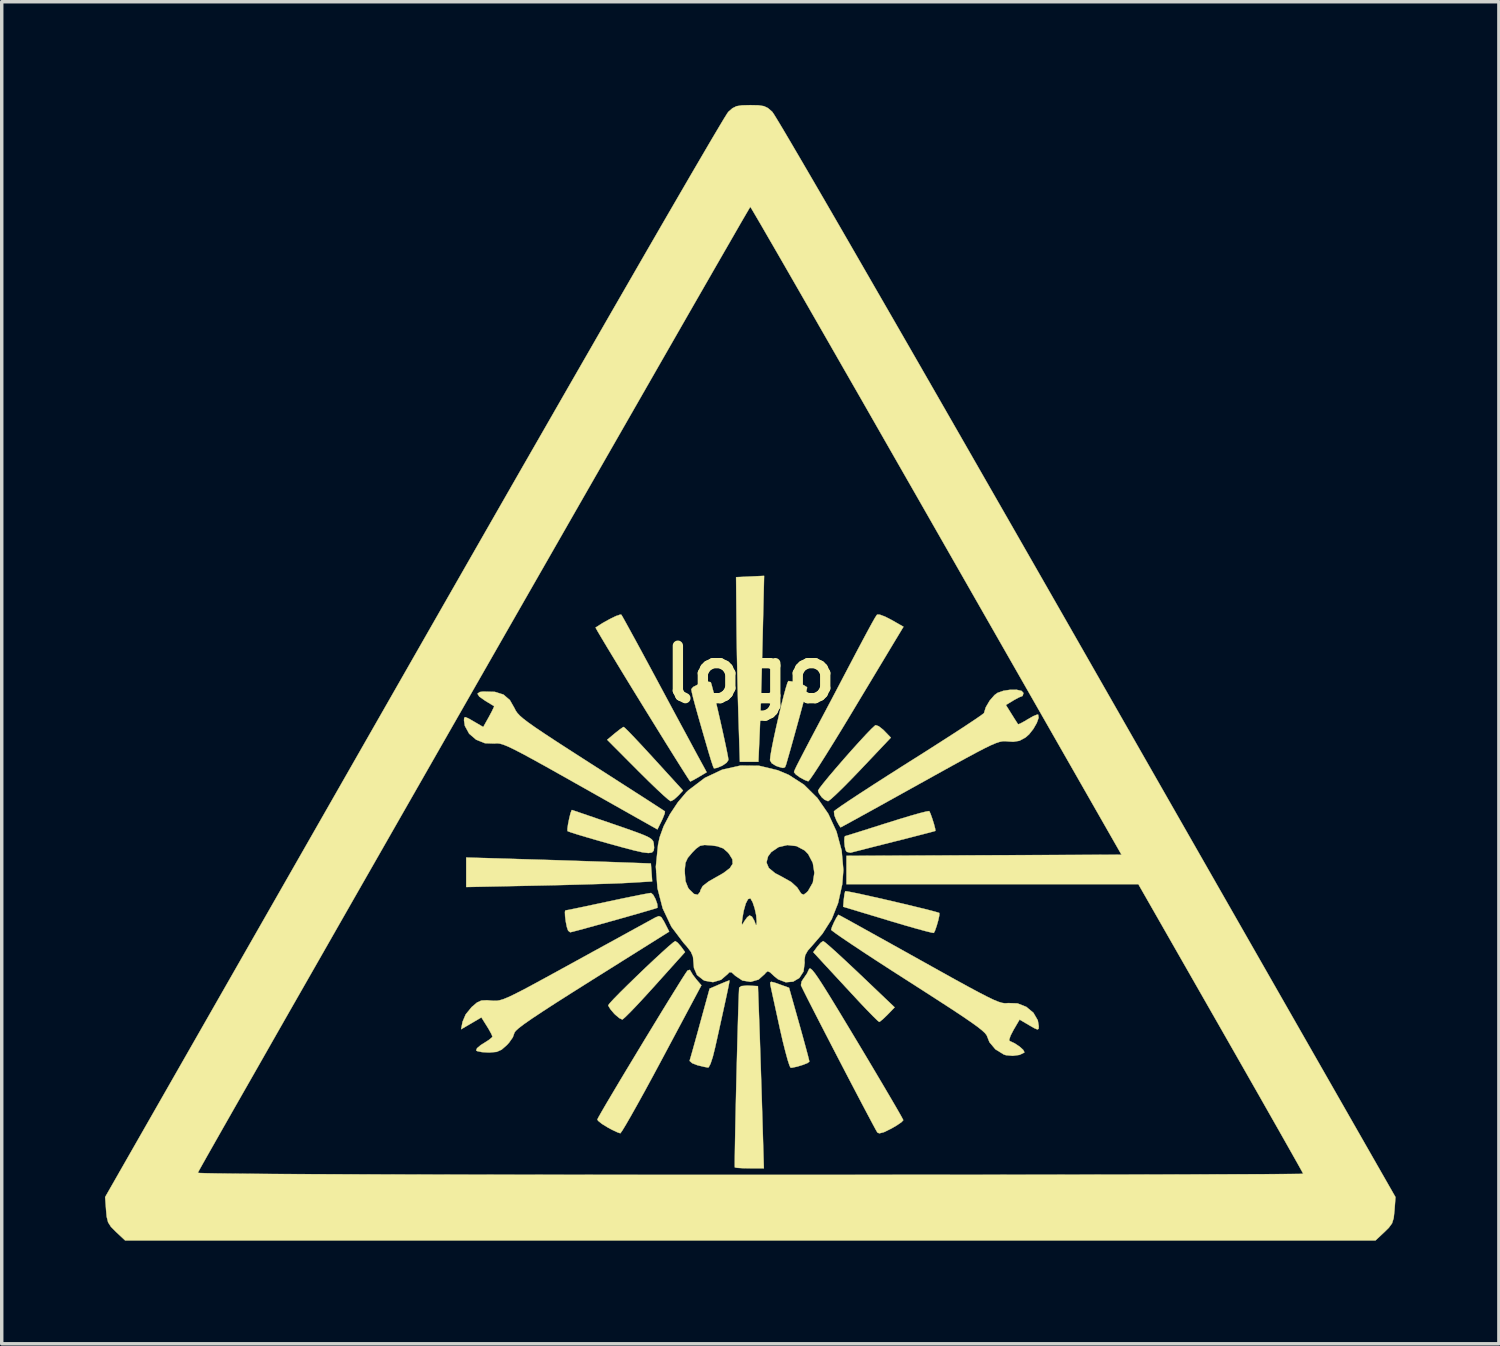
<source format=kicad_pcb>
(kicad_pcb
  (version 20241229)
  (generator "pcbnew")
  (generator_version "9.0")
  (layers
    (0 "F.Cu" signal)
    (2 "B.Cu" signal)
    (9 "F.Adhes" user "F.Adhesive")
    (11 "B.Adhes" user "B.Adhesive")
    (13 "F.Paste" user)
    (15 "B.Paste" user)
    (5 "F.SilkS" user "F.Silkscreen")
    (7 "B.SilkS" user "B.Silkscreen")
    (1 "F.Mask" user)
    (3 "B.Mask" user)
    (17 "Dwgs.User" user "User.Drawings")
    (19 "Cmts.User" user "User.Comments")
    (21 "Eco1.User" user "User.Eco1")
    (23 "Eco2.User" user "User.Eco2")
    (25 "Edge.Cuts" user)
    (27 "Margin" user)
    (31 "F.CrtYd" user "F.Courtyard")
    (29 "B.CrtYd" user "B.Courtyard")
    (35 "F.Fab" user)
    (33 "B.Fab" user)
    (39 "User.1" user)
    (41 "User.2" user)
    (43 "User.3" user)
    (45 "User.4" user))
  (footprint "logo"
    (layer "F.Cu")
    (at 18.752 16.547)
    (property "Reference" "logo" (at 0 0 0) (layer "F.SilkS") (effects (font (size 1.524 1.524) (thickness 0.3))))
    (attr through_hole)
    (fp_poly (pts (xy 0.358 -1.067) (xy 0.345 -0.543) (xy 0.33 -0.007) (xy 0.315 0.512) (xy 0.299 0.985) (xy 0.285 1.383) (xy 0.275 1.635) (xy 0.235 2.54) (xy -0.303 2.54) (xy -0.346 1.191) (xy -0.361 0.667) (xy -0.375 0.072) (xy -0.388 -0.542) (xy -0.397 -1.121) (xy -0.401 -1.492) (xy -0.413 -2.826) (xy -0.006 -2.845) (xy 0.401 -2.864) (xy 0.358 -1.067)) (stroke (width 0.01) (type solid)) (fill yes) (layer "F.SilkS"))
    (fp_poly (pts (xy -6.683 5.367) (xy -6.165 5.382) (xy -5.61 5.399) (xy -5.059 5.417) (xy -4.547 5.434) (xy -4.113 5.449) (xy -4 5.453) (xy -2.889 5.493) (xy -2.87 5.754) (xy -2.851 6.015) (xy -3.505 6.054) (xy -3.735 6.066) (xy -4.069 6.079) (xy -4.486 6.092) (xy -4.965 6.106) (xy -5.481 6.12) (xy -6.015 6.132) (xy -6.207 6.136) (xy -8.255 6.178) (xy -8.255 5.32) (xy -6.683 5.367)) (stroke (width 0.01) (type solid)) (fill yes) (layer "F.SilkS"))
    (fp_poly (pts (xy -3.627 1.57) (xy -3.503 1.694) (xy -3.322 1.884) (xy -3.096 2.126) (xy -2.839 2.405) (xy -2.799 2.449) (xy -1.955 3.374) (xy -2.1 3.529) (xy -2.218 3.635) (xy -2.31 3.683) (xy -2.314 3.683) (xy -2.378 3.64) (xy -2.516 3.52) (xy -2.714 3.336) (xy -2.956 3.103) (xy -3.228 2.834) (xy -3.271 2.791) (xy -4.159 1.899) (xy -3.937 1.713) (xy -3.797 1.602) (xy -3.699 1.534) (xy -3.679 1.526) (xy -3.627 1.57)) (stroke (width 0.01) (type solid)) (fill yes) (layer "F.SilkS"))
    (fp_poly (pts (xy 0.706 8.955) (xy 0.842 9.003) (xy 1.126 9.105) (xy 1.422 10.156) (xy 1.519 10.503) (xy 1.602 10.807) (xy 1.667 11.048) (xy 1.706 11.203) (xy 1.716 11.252) (xy 1.661 11.293) (xy 1.529 11.345) (xy 1.366 11.395) (xy 1.221 11.426) (xy 1.174 11.43) (xy 1.141 11.371) (xy 1.087 11.207) (xy 1.019 10.958) (xy 0.94 10.644) (xy 0.862 10.303) (xy 0.781 9.932) (xy 0.708 9.598) (xy 0.647 9.321) (xy 0.605 9.126) (xy 0.587 9.038) (xy 0.576 8.958) (xy 0.606 8.931) (xy 0.706 8.955)) (stroke (width 0.01) (type solid)) (fill yes) (layer "F.SilkS"))
    (fp_poly (pts (xy 2.177 7.79) (xy 2.314 7.907) (xy 2.515 8.087) (xy 2.765 8.318) (xy 3.051 8.586) (xy 3.183 8.711) (xy 4.194 9.674) (xy 3.99 9.885) (xy 3.86 10.011) (xy 3.767 10.087) (xy 3.745 10.097) (xy 3.69 10.052) (xy 3.565 9.93) (xy 3.386 9.747) (xy 3.169 9.518) (xy 3.043 9.382) (xy 2.786 9.105) (xy 2.534 8.833) (xy 2.313 8.594) (xy 2.145 8.413) (xy 2.106 8.37) (xy 1.83 8.071) (xy 1.947 7.911) (xy 2.045 7.798) (xy 2.117 7.749) (xy 2.117 7.749) (xy 2.177 7.79)) (stroke (width 0.01) (type solid)) (fill yes) (layer "F.SilkS"))
    (fp_poly (pts (xy 3.731 1.505) (xy 3.858 1.604) (xy 3.901 1.647) (xy 4.084 1.837) (xy 3.21 2.76) (xy 2.939 3.042) (xy 2.695 3.289) (xy 2.491 3.487) (xy 2.342 3.623) (xy 2.263 3.682) (xy 2.257 3.683) (xy 2.157 3.64) (xy 2.074 3.567) (xy 1.992 3.45) (xy 1.968 3.379) (xy 2.009 3.309) (xy 2.12 3.165) (xy 2.285 2.963) (xy 2.489 2.723) (xy 2.715 2.462) (xy 2.947 2.199) (xy 3.17 1.952) (xy 3.367 1.739) (xy 3.523 1.578) (xy 3.622 1.487) (xy 3.643 1.474) (xy 3.731 1.505)) (stroke (width 0.01) (type solid)) (fill yes) (layer "F.SilkS"))
    (fp_poly (pts (xy -2.109 7.797) (xy -2.012 7.909) (xy -2.012 7.909) (xy -1.896 8.068) (xy -2.774 9.045) (xy -3.041 9.339) (xy -3.281 9.598) (xy -3.482 9.808) (xy -3.63 9.954) (xy -3.71 10.024) (xy -3.719 10.028) (xy -3.803 9.989) (xy -3.926 9.886) (xy -3.957 9.855) (xy -4.067 9.725) (xy -4.125 9.628) (xy -4.128 9.614) (xy -4.083 9.553) (xy -3.963 9.423) (xy -3.782 9.238) (xy -3.557 9.016) (xy -3.306 8.772) (xy -3.046 8.522) (xy -2.792 8.283) (xy -2.561 8.07) (xy -2.371 7.899) (xy -2.238 7.787) (xy -2.18 7.749) (xy -2.109 7.797)) (stroke (width 0.01) (type solid)) (fill yes) (layer "F.SilkS"))
    (fp_poly (pts (xy -0.607 8.913) (xy -0.619 8.99) (xy -0.647 9.131) (xy -0.693 9.348) (xy -0.759 9.651) (xy -0.847 10.051) (xy -0.959 10.558) (xy -1.023 10.843) (xy -1.09 11.113) (xy -1.155 11.311) (xy -1.209 11.414) (xy -1.228 11.423) (xy -1.334 11.404) (xy -1.502 11.364) (xy -1.544 11.353) (xy -1.69 11.296) (xy -1.76 11.234) (xy -1.761 11.216) (xy -1.736 11.133) (xy -1.684 10.95) (xy -1.611 10.689) (xy -1.523 10.371) (xy -1.459 10.137) (xy -1.182 9.129) (xy -0.903 9.009) (xy -0.737 8.94) (xy -0.628 8.897) (xy -0.607 8.89) (xy -0.607 8.913)) (stroke (width 0.01) (type solid)) (fill yes) (layer "F.SilkS"))
    (fp_poly (pts (xy 2.826 6.306) (xy 2.993 6.338) (xy 3.239 6.39) (xy 3.544 6.458) (xy 3.886 6.535) (xy 4.242 6.618) (xy 4.591 6.7) (xy 4.912 6.778) (xy 5.182 6.845) (xy 5.38 6.897) (xy 5.484 6.928) (xy 5.494 6.934) (xy 5.492 7.003) (xy 5.462 7.143) (xy 5.415 7.307) (xy 5.367 7.446) (xy 5.333 7.511) (xy 5.266 7.501) (xy 5.095 7.459) (xy 4.84 7.39) (xy 4.517 7.298) (xy 4.146 7.188) (xy 4 7.144) (xy 2.699 6.751) (xy 2.717 6.538) (xy 2.736 6.386) (xy 2.758 6.302) (xy 2.761 6.299) (xy 2.826 6.306)) (stroke (width 0.01) (type solid)) (fill yes) (layer "F.SilkS"))
    (fp_poly (pts (xy -1.149 0.226) (xy -1.126 0.296) (xy -1.081 0.466) (xy -1.021 0.71) (xy -0.951 1.006) (xy -0.877 1.329) (xy -0.804 1.654) (xy -0.738 1.957) (xy -0.684 2.213) (xy -0.648 2.398) (xy -0.636 2.486) (xy -0.688 2.565) (xy -0.813 2.651) (xy -0.962 2.714) (xy -1.055 2.731) (xy -1.081 2.675) (xy -1.131 2.527) (xy -1.194 2.32) (xy -1.2 2.302) (xy -1.363 1.741) (xy -1.492 1.292) (xy -1.589 0.947) (xy -1.657 0.696) (xy -1.697 0.529) (xy -1.714 0.438) (xy -1.714 0.427) (xy -1.66 0.364) (xy -1.528 0.296) (xy -1.366 0.24) (xy -1.223 0.212) (xy -1.149 0.226)) (stroke (width 0.01) (type solid)) (fill yes) (layer "F.SilkS"))
    (fp_poly (pts (xy 1.246 0.211) (xy 1.412 0.258) (xy 1.561 0.316) (xy 1.645 0.37) (xy 1.651 0.383) (xy 1.635 0.457) (xy 1.59 0.63) (xy 1.524 0.88) (xy 1.442 1.183) (xy 1.35 1.518) (xy 1.255 1.862) (xy 1.163 2.191) (xy 1.079 2.483) (xy 1.04 2.619) (xy 1.008 2.698) (xy 0.949 2.718) (xy 0.827 2.686) (xy 0.746 2.657) (xy 0.621 2.58) (xy 0.572 2.493) (xy 0.585 2.365) (xy 0.622 2.152) (xy 0.677 1.877) (xy 0.745 1.564) (xy 0.82 1.235) (xy 0.896 0.915) (xy 0.968 0.627) (xy 1.032 0.395) (xy 1.08 0.242) (xy 1.107 0.191) (xy 1.246 0.211)) (stroke (width 0.01) (type solid)) (fill yes) (layer "F.SilkS"))
    (fp_poly (pts (xy -0.048 9.043) (xy 0.222 9.057) (xy 0.261 10.132) (xy 0.275 10.523) (xy 0.291 11.004) (xy 0.308 11.538) (xy 0.326 12.088) (xy 0.342 12.618) (xy 0.347 12.779) (xy 0.394 14.351) (xy -0.015 14.351) (xy -0.229 14.347) (xy -0.386 14.337) (xy -0.45 14.325) (xy -0.452 14.26) (xy -0.451 14.084) (xy -0.447 13.814) (xy -0.441 13.466) (xy -0.433 13.056) (xy -0.423 12.6) (xy -0.412 12.114) (xy -0.4 11.615) (xy -0.387 11.119) (xy -0.375 10.642) (xy -0.362 10.2) (xy -0.351 9.809) (xy -0.34 9.487) (xy -0.331 9.248) (xy -0.324 9.11) (xy -0.323 9.102) (xy -0.26 9.056) (xy -0.095 9.041) (xy -0.048 9.043)) (stroke (width 0.01) (type solid)) (fill yes) (layer "F.SilkS"))
    (fp_poly (pts (xy -5.123 3.959) (xy -4.962 4.014) (xy -4.717 4.098) (xy -4.408 4.204) (xy -4.051 4.326) (xy -4 4.344) (xy -3.596 4.483) (xy -3.296 4.59) (xy -3.084 4.672) (xy -2.945 4.737) (xy -2.864 4.793) (xy -2.823 4.846) (xy -2.807 4.904) (xy -2.806 4.911) (xy -2.795 5.035) (xy -2.808 5.122) (xy -2.857 5.174) (xy -2.959 5.19) (xy -3.128 5.17) (xy -3.377 5.114) (xy -3.722 5.023) (xy -4.081 4.924) (xy -4.451 4.819) (xy -4.778 4.724) (xy -5.044 4.644) (xy -5.227 4.585) (xy -5.31 4.553) (xy -5.312 4.552) (xy -5.314 4.484) (xy -5.294 4.344) (xy -5.26 4.177) (xy -5.223 4.029) (xy -5.191 3.945) (xy -5.183 3.939) (xy -5.123 3.959)) (stroke (width 0.01) (type solid)) (fill yes) (layer "F.SilkS"))
    (fp_poly (pts (xy -2.823 6.403) (xy -2.755 6.526) (xy -2.705 6.666) (xy -2.695 6.769) (xy -2.701 6.782) (xy -2.763 6.803) (xy -2.925 6.851) (xy -3.165 6.921) (xy -3.461 7.006) (xy -3.79 7.099) (xy -4.132 7.195) (xy -4.462 7.287) (xy -4.76 7.369) (xy -5.003 7.435) (xy -5.168 7.478) (xy -5.234 7.493) (xy -5.29 7.449) (xy -5.296 7.439) (xy -5.33 7.341) (xy -5.361 7.188) (xy -5.382 7.026) (xy -5.387 6.901) (xy -5.373 6.858) (xy -5.301 6.845) (xy -5.125 6.81) (xy -4.864 6.756) (xy -4.54 6.687) (xy -4.17 6.608) (xy -4.151 6.604) (xy -3.777 6.524) (xy -3.442 6.455) (xy -3.168 6.4) (xy -2.975 6.364) (xy -2.885 6.35) (xy -2.884 6.35) (xy -2.823 6.403)) (stroke (width 0.01) (type solid)) (fill yes) (layer "F.SilkS"))
    (fp_poly (pts (xy 5.2 3.973) (xy 5.236 4.046) (xy 5.286 4.186) (xy 5.337 4.348) (xy 5.372 4.484) (xy 5.379 4.547) (xy 5.316 4.565) (xy 5.149 4.609) (xy 4.898 4.674) (xy 4.581 4.756) (xy 4.217 4.848) (xy 4.191 4.854) (xy 3.817 4.949) (xy 3.481 5.034) (xy 3.205 5.105) (xy 3.008 5.155) (xy 2.914 5.18) (xy 2.913 5.181) (xy 2.805 5.157) (xy 2.77 5.108) (xy 2.743 4.991) (xy 2.731 4.848) (xy 2.736 4.734) (xy 2.753 4.699) (xy 2.818 4.681) (xy 2.985 4.629) (xy 3.235 4.551) (xy 3.55 4.451) (xy 3.912 4.336) (xy 3.97 4.318) (xy 4.338 4.203) (xy 4.663 4.105) (xy 4.927 4.03) (xy 5.112 3.984) (xy 5.197 3.971) (xy 5.2 3.973)) (stroke (width 0.01) (type solid)) (fill yes) (layer "F.SilkS"))
    (fp_poly (pts (xy -1.732 8.624) (xy -1.671 8.728) (xy -1.566 8.865) (xy -1.561 8.871) (xy -1.421 9.033) (xy -2.568 11.184) (xy -2.825 11.663) (xy -3.065 12.105) (xy -3.282 12.497) (xy -3.468 12.828) (xy -3.617 13.086) (xy -3.721 13.257) (xy -3.774 13.331) (xy -3.778 13.333) (xy -3.866 13.303) (xy -4.022 13.229) (xy -4.143 13.164) (xy -4.311 13.06) (xy -4.42 12.973) (xy -4.445 12.934) (xy -4.413 12.87) (xy -4.323 12.711) (xy -4.185 12.473) (xy -4.005 12.17) (xy -3.794 11.815) (xy -3.559 11.424) (xy -3.309 11.01) (xy -3.054 10.588) (xy -2.801 10.173) (xy -2.56 9.777) (xy -2.338 9.416) (xy -2.145 9.105) (xy -1.99 8.856) (xy -1.88 8.685) (xy -1.825 8.606) (xy -1.823 8.604) (xy -1.757 8.584) (xy -1.732 8.624)) (stroke (width 0.01) (type solid)) (fill yes) (layer "F.SilkS"))
    (fp_poly (pts (xy -3.748 -1.735) (xy -3.708 -1.668) (xy -3.616 -1.503) (xy -3.479 -1.253) (xy -3.304 -0.933) (xy -3.099 -0.555) (xy -2.872 -0.134) (xy -2.732 0.127) (xy -2.483 0.591) (xy -2.242 1.04) (xy -2.018 1.456) (xy -1.82 1.822) (xy -1.66 2.12) (xy -1.546 2.331) (xy -1.514 2.39) (xy -1.267 2.843) (xy -1.494 2.977) (xy -1.64 3.061) (xy -1.733 3.108) (xy -1.745 3.111) (xy -1.782 3.059) (xy -1.878 2.91) (xy -2.027 2.675) (xy -2.221 2.366) (xy -2.453 1.994) (xy -2.716 1.569) (xy -3.003 1.105) (xy -3.141 0.881) (xy -3.436 0.402) (xy -3.708 -0.043) (xy -3.95 -0.442) (xy -4.157 -0.783) (xy -4.32 -1.056) (xy -4.434 -1.248) (xy -4.49 -1.349) (xy -4.496 -1.362) (xy -4.289 -1.494) (xy -4.081 -1.61) (xy -3.902 -1.697) (xy -3.781 -1.738) (xy -3.748 -1.735)) (stroke (width 0.01) (type solid)) (fill yes) (layer "F.SilkS"))
    (fp_poly (pts (xy 1.753 8.55) (xy 1.803 8.594) (xy 1.878 8.687) (xy 1.983 8.838) (xy 2.124 9.056) (xy 2.307 9.349) (xy 2.538 9.727) (xy 2.823 10.199) (xy 3.101 10.661) (xy 3.391 11.145) (xy 3.659 11.596) (xy 3.899 12.001) (xy 4.104 12.35) (xy 4.267 12.63) (xy 4.381 12.83) (xy 4.439 12.938) (xy 4.445 12.954) (xy 4.393 13.01) (xy 4.259 13.102) (xy 4.098 13.196) (xy 3.881 13.302) (xy 3.75 13.335) (xy 3.694 13.312) (xy 3.65 13.237) (xy 3.557 13.065) (xy 3.422 12.811) (xy 3.253 12.492) (xy 3.059 12.122) (xy 2.847 11.717) (xy 2.626 11.292) (xy 2.403 10.862) (xy 2.187 10.444) (xy 1.985 10.052) (xy 1.806 9.702) (xy 1.657 9.41) (xy 1.547 9.19) (xy 1.483 9.058) (xy 1.471 9.028) (xy 1.492 8.918) (xy 1.547 8.836) (xy 1.648 8.689) (xy 1.701 8.576) (xy 1.72 8.547) (xy 1.753 8.55)) (stroke (width 0.01) (type solid)) (fill yes) (layer "F.SilkS"))
    (fp_poly (pts (xy 3.762 -1.737) (xy 3.913 -1.681) (xy 4.093 -1.589) (xy 4.451 -1.385) (xy 4.305 -1.143) (xy 4.239 -1.034) (xy 4.116 -0.83) (xy 3.945 -0.545) (xy 3.733 -0.193) (xy 3.49 0.212) (xy 3.223 0.655) (xy 2.953 1.105) (xy 2.678 1.56) (xy 2.421 1.979) (xy 2.19 2.35) (xy 1.994 2.66) (xy 1.839 2.897) (xy 1.733 3.05) (xy 1.684 3.106) (xy 1.683 3.106) (xy 1.588 3.071) (xy 1.447 2.996) (xy 1.445 2.995) (xy 1.324 2.908) (xy 1.27 2.842) (xy 1.27 2.839) (xy 1.278 2.809) (xy 1.304 2.747) (xy 1.356 2.639) (xy 1.439 2.477) (xy 1.558 2.247) (xy 1.719 1.939) (xy 1.929 1.542) (xy 2.191 1.048) (xy 2.335 0.776) (xy 2.512 0.44) (xy 2.697 0.087) (xy 2.826 -0.159) (xy 3.078 -0.638) (xy 3.278 -1.015) (xy 3.431 -1.3) (xy 3.543 -1.505) (xy 3.62 -1.641) (xy 3.669 -1.717) (xy 3.685 -1.738) (xy 3.762 -1.737)) (stroke (width 0.01) (type solid)) (fill yes) (layer "F.SilkS"))
    (fp_poly (pts (xy -7.423 0.507) (xy -7.172 0.586) (xy -6.986 0.747) (xy -6.854 0.978) (xy -6.819 1.049) (xy -6.77 1.12) (xy -6.698 1.198) (xy -6.592 1.29) (xy -6.442 1.404) (xy -6.238 1.548) (xy -5.969 1.729) (xy -5.625 1.955) (xy -5.195 2.233) (xy -4.669 2.571) (xy -4.622 2.601) (xy -4.157 2.899) (xy -3.726 3.176) (xy -3.341 3.423) (xy -3.012 3.634) (xy -2.753 3.802) (xy -2.574 3.918) (xy -2.487 3.975) (xy -2.48 3.979) (xy -2.489 4.045) (xy -2.543 4.183) (xy -2.576 4.254) (xy -2.699 4.504) (xy -4.945 3.237) (xy -5.506 2.921) (xy -5.968 2.662) (xy -6.341 2.456) (xy -6.638 2.296) (xy -6.868 2.177) (xy -7.044 2.093) (xy -7.176 2.04) (xy -7.275 2.011) (xy -7.352 2.002) (xy -7.418 2.006) (xy -7.429 2.008) (xy -7.71 1.999) (xy -7.966 1.897) (xy -8.17 1.722) (xy -8.294 1.495) (xy -8.319 1.334) (xy -8.313 1.259) (xy -8.277 1.241) (xy -8.183 1.282) (xy -8.039 1.365) (xy -7.76 1.528) (xy -7.594 1.231) (xy -7.505 1.064) (xy -7.452 0.951) (xy -7.444 0.922) (xy -7.504 0.886) (xy -7.634 0.807) (xy -7.699 0.768) (xy -7.874 0.646) (xy -7.928 0.56) (xy -7.861 0.511) (xy -7.763 0.498) (xy -7.423 0.507)) (stroke (width 0.01) (type solid)) (fill yes) (layer "F.SilkS"))
    (fp_poly (pts (xy -2.586 7.053) (xy -2.51 7.174) (xy -2.482 7.228) (xy -2.357 7.473) (xy -4.608 8.885) (xy -5.187 9.25) (xy -5.665 9.554) (xy -6.05 9.804) (xy -6.351 10.004) (xy -6.573 10.159) (xy -6.727 10.276) (xy -6.818 10.359) (xy -6.856 10.414) (xy -6.858 10.425) (xy -6.901 10.545) (xy -7.009 10.699) (xy -7.074 10.77) (xy -7.227 10.904) (xy -7.37 10.968) (xy -7.566 10.985) (xy -7.61 10.986) (xy -7.801 10.974) (xy -7.934 10.946) (xy -7.967 10.925) (xy -7.94 10.861) (xy -7.829 10.768) (xy -7.749 10.719) (xy -7.598 10.622) (xy -7.506 10.546) (xy -7.493 10.524) (xy -7.525 10.445) (xy -7.604 10.302) (xy -7.654 10.221) (xy -7.814 9.966) (xy -8.108 10.139) (xy -8.403 10.311) (xy -8.361 10.093) (xy -8.27 9.879) (xy -8.097 9.667) (xy -8.089 9.66) (xy -7.94 9.533) (xy -7.814 9.476) (xy -7.652 9.468) (xy -7.536 9.478) (xy -7.452 9.484) (xy -7.372 9.484) (xy -7.284 9.469) (xy -7.176 9.437) (xy -7.036 9.38) (xy -6.853 9.293) (xy -6.614 9.171) (xy -6.308 9.008) (xy -5.923 8.799) (xy -5.447 8.538) (xy -5.051 8.321) (xy -4.566 8.054) (xy -4.111 7.805) (xy -3.701 7.58) (xy -3.347 7.385) (xy -3.063 7.23) (xy -2.862 7.12) (xy -2.756 7.062) (xy -2.748 7.058) (xy -2.655 7.022) (xy -2.586 7.053)) (stroke (width 0.01) (type solid)) (fill yes) (layer "F.SilkS"))
    (fp_poly (pts (xy 2.62 7.015) (xy 2.777 7.1) (xy 3.021 7.235) (xy 3.342 7.413) (xy 3.727 7.627) (xy 4.166 7.871) (xy 4.645 8.138) (xy 4.912 8.287) (xy 5.484 8.606) (xy 5.957 8.869) (xy 6.341 9.079) (xy 6.647 9.243) (xy 6.886 9.366) (xy 7.068 9.454) (xy 7.206 9.511) (xy 7.31 9.543) (xy 7.39 9.556) (xy 7.457 9.554) (xy 7.487 9.55) (xy 7.764 9.559) (xy 8.02 9.66) (xy 8.226 9.831) (xy 8.354 10.052) (xy 8.382 10.22) (xy 8.377 10.297) (xy 8.343 10.317) (xy 8.251 10.278) (xy 8.103 10.193) (xy 7.825 10.029) (xy 7.649 10.329) (xy 7.562 10.497) (xy 7.523 10.614) (xy 7.531 10.649) (xy 7.681 10.719) (xy 7.825 10.815) (xy 7.931 10.911) (xy 7.965 10.98) (xy 7.96 10.989) (xy 7.824 11.055) (xy 7.627 11.082) (xy 7.429 11.064) (xy 7.366 11.044) (xy 7.122 10.893) (xy 6.949 10.687) (xy 6.889 10.536) (xy 6.867 10.483) (xy 6.816 10.419) (xy 6.726 10.336) (xy 6.59 10.229) (xy 6.396 10.091) (xy 6.137 9.914) (xy 5.802 9.693) (xy 5.382 9.421) (xy 4.868 9.09) (xy 4.599 8.918) (xy 4.12 8.611) (xy 3.675 8.323) (xy 3.276 8.062) (xy 2.935 7.835) (xy 2.661 7.65) (xy 2.468 7.515) (xy 2.364 7.437) (xy 2.349 7.42) (xy 2.374 7.335) (xy 2.432 7.203) (xy 2.5 7.071) (xy 2.552 6.992) (xy 2.562 6.985) (xy 2.62 7.015)) (stroke (width 0.01) (type solid)) (fill yes) (layer "F.SilkS"))
    (fp_poly (pts (xy 7.743 0.447) (xy 7.883 0.479) (xy 7.938 0.54) (xy 7.912 0.625) (xy 7.89 0.635) (xy 7.809 0.666) (xy 7.67 0.741) (xy 7.635 0.762) (xy 7.427 0.888) (xy 7.596 1.159) (xy 7.696 1.318) (xy 7.765 1.425) (xy 7.781 1.449) (xy 7.84 1.43) (xy 7.969 1.36) (xy 8.065 1.302) (xy 8.224 1.212) (xy 8.336 1.167) (xy 8.365 1.169) (xy 8.377 1.261) (xy 8.324 1.411) (xy 8.225 1.583) (xy 8.101 1.741) (xy 7.999 1.831) (xy 7.821 1.928) (xy 7.642 1.957) (xy 7.486 1.947) (xy 7.41 1.94) (xy 7.334 1.942) (xy 7.247 1.959) (xy 7.137 1.995) (xy 6.993 2.056) (xy 6.804 2.148) (xy 6.558 2.276) (xy 6.244 2.445) (xy 5.85 2.661) (xy 5.366 2.929) (xy 4.916 3.179) (xy 4.424 3.452) (xy 3.969 3.705) (xy 3.561 3.931) (xy 3.211 4.124) (xy 2.933 4.277) (xy 2.737 4.384) (xy 2.635 4.439) (xy 2.623 4.445) (xy 2.586 4.395) (xy 2.518 4.272) (xy 2.505 4.249) (xy 2.444 4.096) (xy 2.431 3.984) (xy 2.433 3.976) (xy 2.492 3.927) (xy 2.646 3.818) (xy 2.885 3.657) (xy 3.198 3.451) (xy 3.571 3.209) (xy 3.995 2.937) (xy 4.456 2.644) (xy 4.625 2.537) (xy 5.096 2.24) (xy 5.532 1.961) (xy 5.921 1.711) (xy 6.252 1.495) (xy 6.514 1.321) (xy 6.695 1.197) (xy 6.784 1.13) (xy 6.791 1.121) (xy 6.843 0.953) (xy 6.957 0.76) (xy 7.098 0.598) (xy 7.181 0.537) (xy 7.354 0.476) (xy 7.554 0.446) (xy 7.743 0.447)) (stroke (width 0.01) (type solid)) (fill yes) (layer "F.SilkS"))
    (fp_poly (pts (xy 0.253 2.654) (xy 0.799 2.785) (xy 1.117 2.919) (xy 1.562 3.206) (xy 1.949 3.59) (xy 2.267 4.051) (xy 2.505 4.566) (xy 2.654 5.117) (xy 2.704 5.682) (xy 2.672 6.095) (xy 2.551 6.644) (xy 2.365 7.113) (xy 2.094 7.538) (xy 1.818 7.858) (xy 1.669 8.027) (xy 1.595 8.158) (xy 1.575 8.297) (xy 1.579 8.38) (xy 1.546 8.633) (xy 1.426 8.819) (xy 1.245 8.927) (xy 1.03 8.945) (xy 0.808 8.86) (xy 0.694 8.768) (xy 0.573 8.655) (xy 0.504 8.625) (xy 0.448 8.669) (xy 0.426 8.7) (xy 0.24 8.867) (xy 0.01 8.933) (xy -0.229 8.895) (xy -0.442 8.752) (xy -0.447 8.746) (xy -0.546 8.655) (xy -0.609 8.654) (xy -0.655 8.705) (xy -0.849 8.873) (xy -1.084 8.942) (xy -1.323 8.901) (xy -1.365 8.88) (xy -1.549 8.734) (xy -1.637 8.532) (xy -1.651 8.361) (xy -1.666 8.203) (xy -1.725 8.063) (xy -1.849 7.901) (xy -1.94 7.8) (xy -2.292 7.333) (xy -2.343 7.227) (xy -0.247 7.227) (xy -0.241 7.274) (xy -0.203 7.223) (xy -0.18 7.181) (xy -0.092 7.058) (xy -0.022 7.003) (xy 0.048 7.038) (xy 0.115 7.155) (xy 0.116 7.156) (xy 0.161 7.276) (xy 0.18 7.28) (xy 0.185 7.176) (xy 0.171 6.998) (xy 0.127 6.797) (xy 0.068 6.62) (xy 0.007 6.514) (xy -0.002 6.507) (xy -0.066 6.53) (xy -0.132 6.657) (xy -0.192 6.868) (xy -0.227 7.068) (xy -0.247 7.227) (xy -2.343 7.227) (xy -2.546 6.797) (xy -2.698 6.211) (xy -2.733 5.743) (xy -1.905 5.743) (xy -1.883 6.008) (xy -1.808 6.198) (xy -1.773 6.246) (xy -1.636 6.379) (xy -1.526 6.403) (xy -1.459 6.316) (xy -1.449 6.271) (xy -1.383 6.15) (xy -1.212 6.017) (xy -1.072 5.937) (xy -0.778 5.769) (xy -0.594 5.629) (xy -0.512 5.502) (xy -0.514 5.464) (xy 0.47 5.464) (xy 0.537 5.624) (xy 0.721 5.776) (xy 0.934 5.888) (xy 1.189 6.032) (xy 1.36 6.188) (xy 1.389 6.231) (xy 1.478 6.369) (xy 1.55 6.401) (xy 1.64 6.333) (xy 1.679 6.291) (xy 1.817 6.05) (xy 1.862 5.766) (xy 1.816 5.477) (xy 1.682 5.221) (xy 1.581 5.116) (xy 1.344 4.989) (xy 1.078 4.958) (xy 0.821 5.018) (xy 0.608 5.163) (xy 0.515 5.289) (xy 0.47 5.464) (xy -0.514 5.464) (xy -0.521 5.371) (xy -0.614 5.22) (xy -0.655 5.171) (xy -0.787 5.055) (xy -0.963 4.992) (xy -1.132 4.968) (xy -1.332 4.956) (xy -1.462 4.981) (xy -1.577 5.064) (xy -1.683 5.172) (xy -1.818 5.332) (xy -1.884 5.476) (xy -1.904 5.666) (xy -1.905 5.743) (xy -2.733 5.743) (xy -2.745 5.589) (xy -2.681 4.95) (xy -2.634 4.731) (xy -2.519 4.412) (xy -2.333 4.058) (xy -2.105 3.715) (xy -1.862 3.427) (xy -1.801 3.369) (xy -1.323 3.007) (xy -0.815 2.767) (xy -0.287 2.649) (xy 0.253 2.654)) (stroke (width 0.01) (type solid)) (fill yes) (layer "F.SilkS"))
    (fp_poly (pts (xy 0.24 -16.537) (xy 0.397 -16.512) (xy 0.513 -16.456) (xy 0.632 -16.354) (xy 0.635 -16.351) (xy 0.685 -16.279) (xy 0.795 -16.1) (xy 0.965 -15.817) (xy 1.19 -15.435) (xy 1.471 -14.956) (xy 1.804 -14.385) (xy 2.188 -13.725) (xy 2.62 -12.979) (xy 3.098 -12.151) (xy 3.621 -11.244) (xy 4.187 -10.263) (xy 4.793 -9.21) (xy 5.437 -8.089) (xy 6.117 -6.904) (xy 6.831 -5.658) (xy 7.578 -4.355) (xy 8.355 -2.998) (xy 9.16 -1.591) (xy 9.791 -0.487) (xy 18.747 15.187) (xy 18.719 15.572) (xy 18.695 15.797) (xy 18.648 15.949) (xy 18.553 16.079) (xy 18.429 16.201) (xy 18.166 16.447) (xy -18.166 16.447) (xy -18.429 16.201) (xy -18.578 16.051) (xy -18.661 15.92) (xy -18.702 15.757) (xy -18.719 15.572) (xy -18.747 15.187) (xy -18.344 14.481) (xy -16.055 14.481) (xy -15.994 14.488) (xy -15.809 14.494) (xy -15.5 14.5) (xy -15.071 14.506) (xy -14.523 14.511) (xy -13.858 14.516) (xy -13.079 14.52) (xy -12.188 14.524) (xy -11.186 14.528) (xy -10.076 14.531) (xy -8.86 14.534) (xy -7.539 14.536) (xy -6.117 14.538) (xy -4.595 14.54) (xy -2.974 14.541) (xy -1.258 14.541) (xy -0.005 14.541) (xy 1.414 14.541) (xy 2.8 14.541) (xy 4.147 14.54) (xy 5.45 14.54) (xy 6.703 14.539) (xy 7.902 14.537) (xy 9.04 14.536) (xy 10.112 14.534) (xy 11.114 14.533) (xy 12.039 14.531) (xy 12.882 14.529) (xy 13.639 14.526) (xy 14.303 14.524) (xy 14.869 14.522) (xy 15.332 14.519) (xy 15.687 14.516) (xy 15.929 14.514) (xy 16.051 14.511) (xy 16.066 14.509) (xy 16.035 14.451) (xy 15.946 14.29) (xy 15.803 14.036) (xy 15.612 13.698) (xy 15.378 13.284) (xy 15.104 12.802) (xy 14.797 12.261) (xy 14.46 11.67) (xy 14.099 11.037) (xy 13.719 10.371) (xy 13.671 10.287) (xy 11.276 6.096) (xy 2.794 6.096) (xy 2.794 5.271) (xy 6.79 5.255) (xy 10.786 5.239) (xy 5.409 -4.174) (xy 4.832 -5.184) (xy 4.271 -6.164) (xy 3.731 -7.108) (xy 3.215 -8.011) (xy 2.724 -8.866) (xy 2.264 -9.669) (xy 1.837 -10.413) (xy 1.446 -11.094) (xy 1.095 -11.704) (xy 0.787 -12.239) (xy 0.524 -12.693) (xy 0.312 -13.06) (xy 0.151 -13.335) (xy 0.047 -13.512) (xy 0.002 -13.586) (xy 0 -13.587) (xy -0.033 -13.533) (xy -0.126 -13.374) (xy -0.276 -13.117) (xy -0.478 -12.765) (xy -0.731 -12.326) (xy -1.031 -11.805) (xy -1.374 -11.208) (xy -1.758 -10.54) (xy -2.178 -9.807) (xy -2.633 -9.014) (xy -3.118 -8.167) (xy -3.631 -7.272) (xy -4.168 -6.335) (xy -4.726 -5.361) (xy -5.302 -4.355) (xy -5.892 -3.324) (xy -6.494 -2.273) (xy -7.104 -1.207) (xy -7.718 -0.133) (xy -8.334 0.944) (xy -8.949 2.019) (xy -9.558 3.085) (xy -10.16 4.138) (xy -10.75 5.171) (xy -11.326 6.178) (xy -11.884 7.155) (xy -12.421 8.096) (xy -12.934 8.994) (xy -13.42 9.844) (xy -13.875 10.642) (xy -14.295 11.38) (xy -14.679 12.053) (xy -15.023 12.656) (xy -15.323 13.183) (xy -15.576 13.629) (xy -15.779 13.987) (xy -15.928 14.252) (xy -16.021 14.419) (xy -16.055 14.481) (xy -18.344 14.481) (xy -9.791 -0.487) (xy -8.966 -1.93) (xy -8.168 -3.325) (xy -7.398 -4.67) (xy -6.659 -5.96) (xy -5.952 -7.191) (xy -5.28 -8.362) (xy -4.645 -9.466) (xy -4.049 -10.503) (xy -3.493 -11.467) (xy -2.981 -12.355) (xy -2.513 -13.164) (xy -2.092 -13.889) (xy -1.72 -14.529) (xy -1.399 -15.078) (xy -1.132 -15.534) (xy -0.919 -15.893) (xy -0.764 -16.152) (xy -0.668 -16.306) (xy -0.635 -16.351) (xy -0.516 -16.454) (xy -0.4 -16.511) (xy -0.245 -16.536) (xy -0.007 -16.542) (xy 0 -16.542) (xy 0.24 -16.537)) (stroke (width 0.01) (type solid)) (fill yes) (layer "F.SilkS")))
  (gr_rect
    (start -3 -3)
    (end 40.504 35.998)
    (stroke (width 0.1) (type default))
    (fill no)
    (layer "Edge.Cuts")))
</source>
